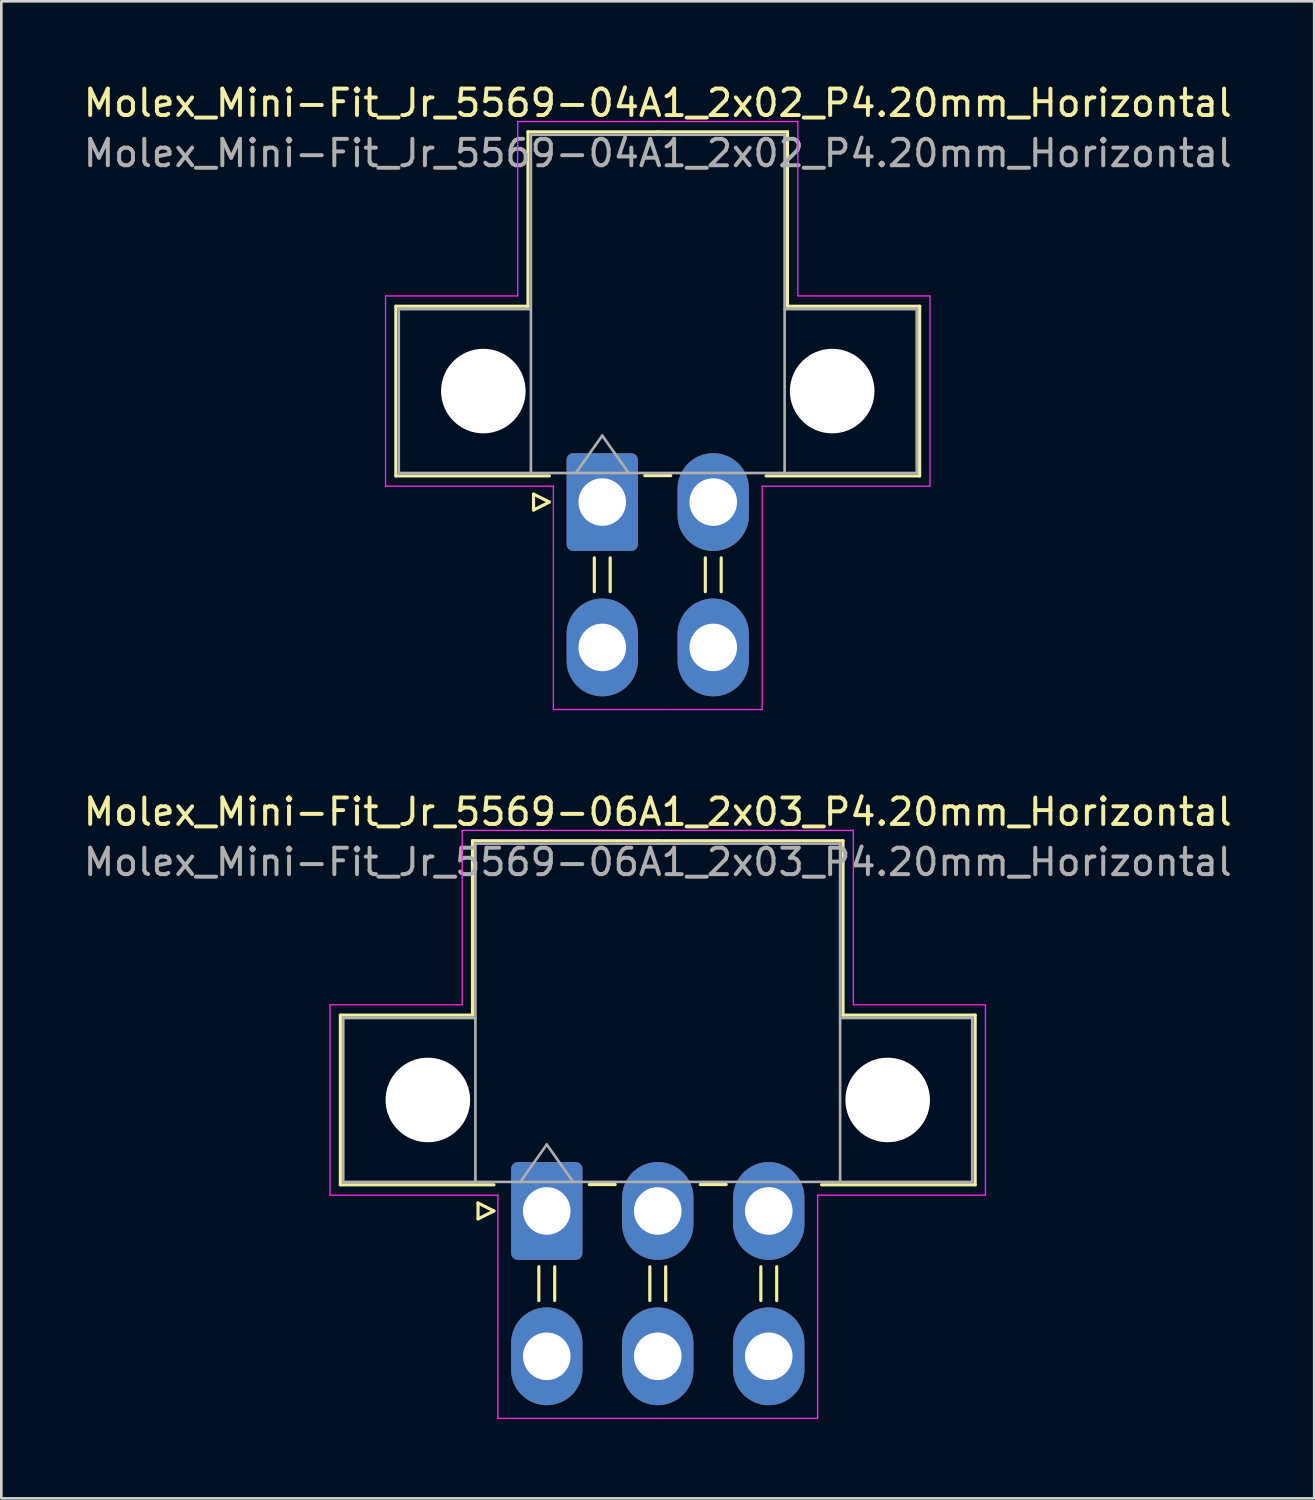
<source format=kicad_pcb>
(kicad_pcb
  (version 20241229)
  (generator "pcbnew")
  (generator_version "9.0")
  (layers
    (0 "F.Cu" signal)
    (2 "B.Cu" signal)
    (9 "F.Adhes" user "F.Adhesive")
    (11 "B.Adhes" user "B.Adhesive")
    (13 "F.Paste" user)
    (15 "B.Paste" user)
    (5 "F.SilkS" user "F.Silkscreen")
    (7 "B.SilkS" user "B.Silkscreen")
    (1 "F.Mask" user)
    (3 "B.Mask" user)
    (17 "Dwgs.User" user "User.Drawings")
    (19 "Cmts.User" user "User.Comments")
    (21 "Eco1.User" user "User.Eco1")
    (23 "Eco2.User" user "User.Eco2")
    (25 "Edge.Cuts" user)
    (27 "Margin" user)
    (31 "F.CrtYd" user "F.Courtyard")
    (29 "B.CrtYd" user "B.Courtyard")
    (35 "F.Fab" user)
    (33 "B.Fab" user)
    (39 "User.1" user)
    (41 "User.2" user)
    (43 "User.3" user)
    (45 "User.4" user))
  (footprint "Molex_Mini-Fit_Jr_5569-04A1_2x02_P4.20mm_Horizontal"
    (layer "F.Cu")
    (at 19.739 15.948)
    (property "Reference" "Molex_Mini-Fit_Jr_5569-04A1_2x02_P4.20mm_Horizontal" (at 2.1 -15.1 0) (layer "F.SilkS") (effects (font (size 1 1) (thickness 0.15))))
    (attr through_hole)
    (fp_line (start -7.81 -7.41) (end -7.81 -0.99) (stroke (width 0.12) (type solid)) (layer "F.SilkS"))
    (fp_line (start -7.81 -0.99) (end -2 -0.99) (stroke (width 0.12) (type solid)) (layer "F.SilkS"))
    (fp_line (start -2.81 -14.01) (end -2.81 -7.41) (stroke (width 0.12) (type solid)) (layer "F.SilkS"))
    (fp_line (start -2.81 -7.41) (end -7.81 -7.41) (stroke (width 0.12) (type solid)) (layer "F.SilkS"))
    (fp_line (start -2.6 -0.3) (end -2 0) (stroke (width 0.12) (type solid)) (layer "F.SilkS"))
    (fp_line (start -2.6 0.3) (end -2.6 -0.3) (stroke (width 0.12) (type solid)) (layer "F.SilkS"))
    (fp_line (start -2 0) (end -2.6 0.3) (stroke (width 0.12) (type solid)) (layer "F.SilkS"))
    (fp_line (start -0.3 2.11) (end -0.3 3.39) (stroke (width 0.12) (type solid)) (layer "F.SilkS"))
    (fp_line (start 0.3 2.11) (end 0.3 3.39) (stroke (width 0.12) (type solid)) (layer "F.SilkS"))
    (fp_line (start 1.61 -1) (end 2.59 -1) (stroke (width 0.12) (type solid)) (layer "F.SilkS"))
    (fp_line (start 2.1 -14.01) (end -2.81 -14.01) (stroke (width 0.12) (type solid)) (layer "F.SilkS"))
    (fp_line (start 2.1 -14.01) (end 7.01 -14.01) (stroke (width 0.12) (type solid)) (layer "F.SilkS"))
    (fp_line (start 3.9 2.11) (end 3.9 3.39) (stroke (width 0.12) (type solid)) (layer "F.SilkS"))
    (fp_line (start 4.5 2.11) (end 4.5 3.39) (stroke (width 0.12) (type solid)) (layer "F.SilkS"))
    (fp_line (start 7.01 -14.01) (end 7.01 -7.41) (stroke (width 0.12) (type solid)) (layer "F.SilkS"))
    (fp_line (start 7.01 -7.41) (end 12.01 -7.41) (stroke (width 0.12) (type solid)) (layer "F.SilkS"))
    (fp_line (start 12.01 -7.41) (end 12.01 -0.99) (stroke (width 0.12) (type solid)) (layer "F.SilkS"))
    (fp_line (start 12.01 -0.99) (end 6.2 -0.99) (stroke (width 0.12) (type solid)) (layer "F.SilkS"))
    (fp_line (start -8.2 -7.8) (end -8.2 -0.6) (stroke (width 0.05) (type solid)) (layer "F.CrtYd"))
    (fp_line (start -8.2 -0.6) (end -1.85 -0.6) (stroke (width 0.05) (type solid)) (layer "F.CrtYd"))
    (fp_line (start -3.2 -14.4) (end -3.2 -7.8) (stroke (width 0.05) (type solid)) (layer "F.CrtYd"))
    (fp_line (start -3.2 -7.8) (end -8.2 -7.8) (stroke (width 0.05) (type solid)) (layer "F.CrtYd"))
    (fp_line (start -1.85 -0.6) (end -1.85 7.85) (stroke (width 0.05) (type solid)) (layer "F.CrtYd"))
    (fp_line (start -1.85 7.85) (end 2.1 7.85) (stroke (width 0.05) (type solid)) (layer "F.CrtYd"))
    (fp_line (start 2.1 -14.4) (end -3.2 -14.4) (stroke (width 0.05) (type solid)) (layer "F.CrtYd"))
    (fp_line (start 2.1 -14.4) (end 7.4 -14.4) (stroke (width 0.05) (type solid)) (layer "F.CrtYd"))
    (fp_line (start 6.05 -0.6) (end 6.05 7.85) (stroke (width 0.05) (type solid)) (layer "F.CrtYd"))
    (fp_line (start 6.05 7.85) (end 2.1 7.85) (stroke (width 0.05) (type solid)) (layer "F.CrtYd"))
    (fp_line (start 7.4 -14.4) (end 7.4 -7.8) (stroke (width 0.05) (type solid)) (layer "F.CrtYd"))
    (fp_line (start 7.4 -7.8) (end 12.4 -7.8) (stroke (width 0.05) (type solid)) (layer "F.CrtYd"))
    (fp_line (start 12.4 -7.8) (end 12.4 -0.6) (stroke (width 0.05) (type solid)) (layer "F.CrtYd"))
    (fp_line (start 12.4 -0.6) (end 6.05 -0.6) (stroke (width 0.05) (type solid)) (layer "F.CrtYd"))
    (fp_line (start -7.7 -7.3) (end -7.7 -1.1) (stroke (width 0.1) (type solid)) (layer "F.Fab"))
    (fp_line (start -7.7 -1.1) (end -2.7 -1.1) (stroke (width 0.1) (type solid)) (layer "F.Fab"))
    (fp_line (start -2.7 -13.9) (end -2.7 -1.1) (stroke (width 0.1) (type solid)) (layer "F.Fab"))
    (fp_line (start -2.7 -7.3) (end -7.7 -7.3) (stroke (width 0.1) (type solid)) (layer "F.Fab"))
    (fp_line (start -2.7 -1.1) (end 6.9 -1.1) (stroke (width 0.1) (type solid)) (layer "F.Fab"))
    (fp_line (start -1 -1.1) (end 0 -2.514) (stroke (width 0.1) (type solid)) (layer "F.Fab"))
    (fp_line (start 0 -2.514) (end 1 -1.1) (stroke (width 0.1) (type solid)) (layer "F.Fab"))
    (fp_line (start 6.9 -13.9) (end -2.7 -13.9) (stroke (width 0.1) (type solid)) (layer "F.Fab"))
    (fp_line (start 6.9 -7.3) (end 11.9 -7.3) (stroke (width 0.1) (type solid)) (layer "F.Fab"))
    (fp_line (start 6.9 -1.1) (end 6.9 -13.9) (stroke (width 0.1) (type solid)) (layer "F.Fab"))
    (fp_line (start 11.9 -7.3) (end 11.9 -1.1) (stroke (width 0.1) (type solid)) (layer "F.Fab"))
    (fp_line (start 11.9 -1.1) (end 6.9 -1.1) (stroke (width 0.1) (type solid)) (layer "F.Fab"))
    (fp_text user "${REFERENCE}" (at 2.1 -13.2 0) (layer "F.Fab") (effects (font (size 1 1) (thickness 0.15))))
    (pad "" np_thru_hole circle (at -4.5 -4.2) (size 3.2 3.2) (drill 3.2) (layers "*.Cu" "*.Mask"))
    (pad "" np_thru_hole circle (at 8.7 -4.2) (size 3.2 3.2) (drill 3.2) (layers "*.Cu" "*.Mask"))
    (pad "1" thru_hole roundrect (at 0 0) (size 2.7 3.7) (drill 1.8) (layers "*.Cu" "*.Mask") (roundrect_rratio 0.093))
    (pad "2" thru_hole oval (at 4.2 0) (size 2.7 3.7) (drill 1.8) (layers "*.Cu" "*.Mask"))
    (pad "3" thru_hole oval (at 0 5.5) (size 2.7 3.7) (drill 1.8) (layers "*.Cu" "*.Mask"))
    (pad "4" thru_hole oval (at 4.2 5.5) (size 2.7 3.7) (drill 1.8) (layers "*.Cu" "*.Mask")))
  (footprint "Molex_Mini-Fit_Jr_5569-06A1_2x03_P4.20mm_Horizontal"
    (layer "F.Cu")
    (at 17.639 42.772)
    (property "Reference" "Molex_Mini-Fit_Jr_5569-06A1_2x03_P4.20mm_Horizontal" (at 4.2 -15.1 0) (layer "F.SilkS") (effects (font (size 1 1) (thickness 0.15))))
    (attr through_hole)
    (fp_line (start -7.81 -7.41) (end -7.81 -0.99) (stroke (width 0.12) (type solid)) (layer "F.SilkS"))
    (fp_line (start -7.81 -0.99) (end -2 -0.99) (stroke (width 0.12) (type solid)) (layer "F.SilkS"))
    (fp_line (start -2.81 -14.01) (end -2.81 -7.41) (stroke (width 0.12) (type solid)) (layer "F.SilkS"))
    (fp_line (start -2.81 -7.41) (end -7.81 -7.41) (stroke (width 0.12) (type solid)) (layer "F.SilkS"))
    (fp_line (start -2.6 -0.3) (end -2 0) (stroke (width 0.12) (type solid)) (layer "F.SilkS"))
    (fp_line (start -2.6 0.3) (end -2.6 -0.3) (stroke (width 0.12) (type solid)) (layer "F.SilkS"))
    (fp_line (start -2 0) (end -2.6 0.3) (stroke (width 0.12) (type solid)) (layer "F.SilkS"))
    (fp_line (start -0.3 2.11) (end -0.3 3.39) (stroke (width 0.12) (type solid)) (layer "F.SilkS"))
    (fp_line (start 0.3 2.11) (end 0.3 3.39) (stroke (width 0.12) (type solid)) (layer "F.SilkS"))
    (fp_line (start 1.61 -1) (end 2.59 -1) (stroke (width 0.12) (type solid)) (layer "F.SilkS"))
    (fp_line (start 3.9 2.11) (end 3.9 3.39) (stroke (width 0.12) (type solid)) (layer "F.SilkS"))
    (fp_line (start 4.2 -14.01) (end -2.81 -14.01) (stroke (width 0.12) (type solid)) (layer "F.SilkS"))
    (fp_line (start 4.2 -14.01) (end 11.21 -14.01) (stroke (width 0.12) (type solid)) (layer "F.SilkS"))
    (fp_line (start 4.5 2.11) (end 4.5 3.39) (stroke (width 0.12) (type solid)) (layer "F.SilkS"))
    (fp_line (start 5.81 -1) (end 6.79 -1) (stroke (width 0.12) (type solid)) (layer "F.SilkS"))
    (fp_line (start 8.1 2.11) (end 8.1 3.39) (stroke (width 0.12) (type solid)) (layer "F.SilkS"))
    (fp_line (start 8.7 2.11) (end 8.7 3.39) (stroke (width 0.12) (type solid)) (layer "F.SilkS"))
    (fp_line (start 11.21 -14.01) (end 11.21 -7.41) (stroke (width 0.12) (type solid)) (layer "F.SilkS"))
    (fp_line (start 11.21 -7.41) (end 16.21 -7.41) (stroke (width 0.12) (type solid)) (layer "F.SilkS"))
    (fp_line (start 16.21 -7.41) (end 16.21 -0.99) (stroke (width 0.12) (type solid)) (layer "F.SilkS"))
    (fp_line (start 16.21 -0.99) (end 10.4 -0.99) (stroke (width 0.12) (type solid)) (layer "F.SilkS"))
    (fp_line (start -8.2 -7.8) (end -8.2 -0.6) (stroke (width 0.05) (type solid)) (layer "F.CrtYd"))
    (fp_line (start -8.2 -0.6) (end -1.85 -0.6) (stroke (width 0.05) (type solid)) (layer "F.CrtYd"))
    (fp_line (start -3.2 -14.4) (end -3.2 -7.8) (stroke (width 0.05) (type solid)) (layer "F.CrtYd"))
    (fp_line (start -3.2 -7.8) (end -8.2 -7.8) (stroke (width 0.05) (type solid)) (layer "F.CrtYd"))
    (fp_line (start -1.85 -0.6) (end -1.85 7.85) (stroke (width 0.05) (type solid)) (layer "F.CrtYd"))
    (fp_line (start -1.85 7.85) (end 4.2 7.85) (stroke (width 0.05) (type solid)) (layer "F.CrtYd"))
    (fp_line (start 4.2 -14.4) (end -3.2 -14.4) (stroke (width 0.05) (type solid)) (layer "F.CrtYd"))
    (fp_line (start 4.2 -14.4) (end 11.6 -14.4) (stroke (width 0.05) (type solid)) (layer "F.CrtYd"))
    (fp_line (start 10.25 -0.6) (end 10.25 7.85) (stroke (width 0.05) (type solid)) (layer "F.CrtYd"))
    (fp_line (start 10.25 7.85) (end 4.2 7.85) (stroke (width 0.05) (type solid)) (layer "F.CrtYd"))
    (fp_line (start 11.6 -14.4) (end 11.6 -7.8) (stroke (width 0.05) (type solid)) (layer "F.CrtYd"))
    (fp_line (start 11.6 -7.8) (end 16.6 -7.8) (stroke (width 0.05) (type solid)) (layer "F.CrtYd"))
    (fp_line (start 16.6 -7.8) (end 16.6 -0.6) (stroke (width 0.05) (type solid)) (layer "F.CrtYd"))
    (fp_line (start 16.6 -0.6) (end 10.25 -0.6) (stroke (width 0.05) (type solid)) (layer "F.CrtYd"))
    (fp_line (start -7.7 -7.3) (end -7.7 -1.1) (stroke (width 0.1) (type solid)) (layer "F.Fab"))
    (fp_line (start -7.7 -1.1) (end -2.7 -1.1) (stroke (width 0.1) (type solid)) (layer "F.Fab"))
    (fp_line (start -2.7 -13.9) (end -2.7 -1.1) (stroke (width 0.1) (type solid)) (layer "F.Fab"))
    (fp_line (start -2.7 -7.3) (end -7.7 -7.3) (stroke (width 0.1) (type solid)) (layer "F.Fab"))
    (fp_line (start -2.7 -1.1) (end 11.1 -1.1) (stroke (width 0.1) (type solid)) (layer "F.Fab"))
    (fp_line (start -1 -1.1) (end 0 -2.514) (stroke (width 0.1) (type solid)) (layer "F.Fab"))
    (fp_line (start 0 -2.514) (end 1 -1.1) (stroke (width 0.1) (type solid)) (layer "F.Fab"))
    (fp_line (start 11.1 -13.9) (end -2.7 -13.9) (stroke (width 0.1) (type solid)) (layer "F.Fab"))
    (fp_line (start 11.1 -7.3) (end 16.1 -7.3) (stroke (width 0.1) (type solid)) (layer "F.Fab"))
    (fp_line (start 11.1 -1.1) (end 11.1 -13.9) (stroke (width 0.1) (type solid)) (layer "F.Fab"))
    (fp_line (start 16.1 -7.3) (end 16.1 -1.1) (stroke (width 0.1) (type solid)) (layer "F.Fab"))
    (fp_line (start 16.1 -1.1) (end 11.1 -1.1) (stroke (width 0.1) (type solid)) (layer "F.Fab"))
    (fp_text user "${REFERENCE}" (at 4.2 -13.2 0) (layer "F.Fab") (effects (font (size 1 1) (thickness 0.15))))
    (pad "" np_thru_hole circle (at -4.5 -4.2) (size 3.2 3.2) (drill 3.2) (layers "*.Cu" "*.Mask"))
    (pad "" np_thru_hole circle (at 12.9 -4.2) (size 3.2 3.2) (drill 3.2) (layers "*.Cu" "*.Mask"))
    (pad "1" thru_hole roundrect (at 0 0) (size 2.7 3.7) (drill 1.8) (layers "*.Cu" "*.Mask") (roundrect_rratio 0.093))
    (pad "2" thru_hole oval (at 4.2 0) (size 2.7 3.7) (drill 1.8) (layers "*.Cu" "*.Mask"))
    (pad "3" thru_hole oval (at 8.4 0) (size 2.7 3.7) (drill 1.8) (layers "*.Cu" "*.Mask"))
    (pad "4" thru_hole oval (at 0 5.5) (size 2.7 3.7) (drill 1.8) (layers "*.Cu" "*.Mask"))
    (pad "5" thru_hole oval (at 4.2 5.5) (size 2.7 3.7) (drill 1.8) (layers "*.Cu" "*.Mask"))
    (pad "6" thru_hole oval (at 8.4 5.5) (size 2.7 3.7) (drill 1.8) (layers "*.Cu" "*.Mask")))
  (gr_rect
    (start -3 -3)
    (end 46.679 53.647)
    (stroke (width 0.1) (type default))
    (fill no)
    (layer "Edge.Cuts")))
</source>
